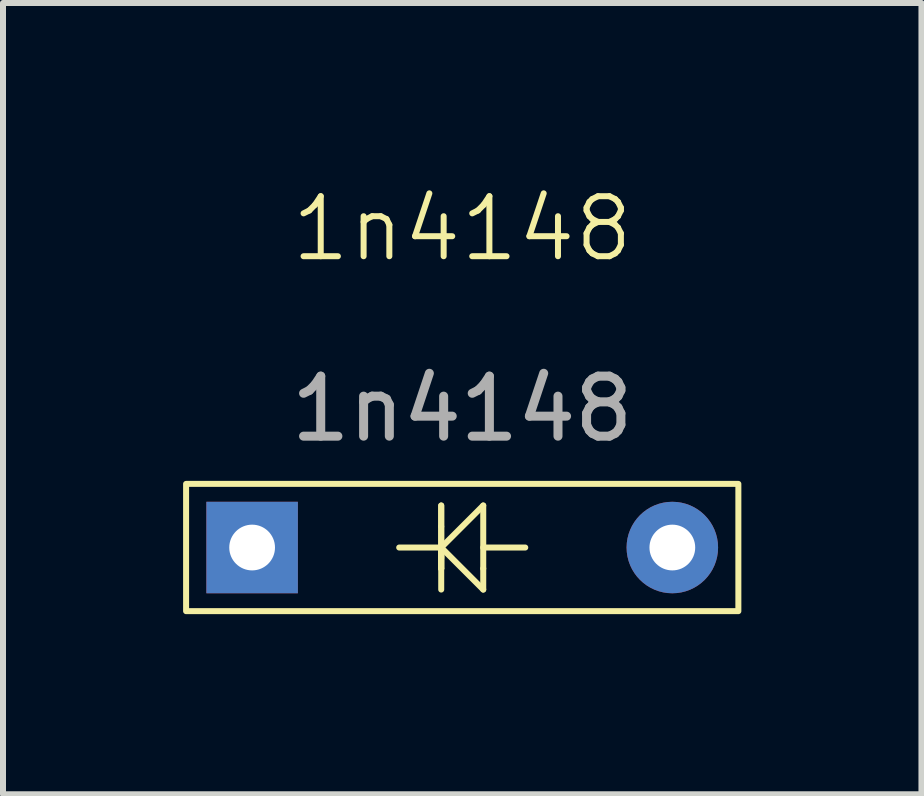
<source format=kicad_pcb>
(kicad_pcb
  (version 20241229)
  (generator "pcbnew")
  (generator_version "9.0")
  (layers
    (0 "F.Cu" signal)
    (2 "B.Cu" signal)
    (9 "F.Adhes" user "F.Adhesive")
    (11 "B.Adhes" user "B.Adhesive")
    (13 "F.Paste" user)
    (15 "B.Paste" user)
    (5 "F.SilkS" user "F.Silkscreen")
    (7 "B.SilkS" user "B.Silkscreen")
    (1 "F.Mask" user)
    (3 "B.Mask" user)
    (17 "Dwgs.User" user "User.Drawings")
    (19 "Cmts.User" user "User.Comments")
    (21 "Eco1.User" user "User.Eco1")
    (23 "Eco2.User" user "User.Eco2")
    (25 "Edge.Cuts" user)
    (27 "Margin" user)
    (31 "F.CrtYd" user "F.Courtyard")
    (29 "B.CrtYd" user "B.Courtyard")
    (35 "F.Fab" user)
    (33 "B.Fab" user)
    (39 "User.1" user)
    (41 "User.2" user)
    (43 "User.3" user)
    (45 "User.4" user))
  (footprint "1n4148"
    (layer "F.Cu")
    (at 4.65 6.071)
    (property "Reference" "1n4148" (at 0 -5.31 0) (unlocked yes) (layer "F.SilkS") (effects (font (size 1 1) (thickness 0.1))))
    (attr through_hole)
    (fp_line (start -0.35 -0.7) (end -0.35 0.35) (stroke (width 0.1) (type default)) (layer "F.SilkS"))
    (fp_line (start -0.35 -0.35) (end -0.35 -0.7) (stroke (width 0.1) (type default)) (layer "F.SilkS"))
    (fp_line (start -0.35 -0.35) (end -0.35 0.175) (stroke (width 0.1) (type default)) (layer "F.SilkS"))
    (fp_line (start -0.35 0) (end -1.05 0) (stroke (width 0.1) (type default)) (layer "F.SilkS"))
    (fp_line (start -0.35 0) (end -0.35 0.35) (stroke (width 0.1) (type default)) (layer "F.SilkS"))
    (fp_line (start -0.35 0) (end 0.35 -0.7) (stroke (width 0.1) (type default)) (layer "F.SilkS"))
    (fp_line (start -0.35 0.35) (end -0.35 0) (stroke (width 0.1) (type default)) (layer "F.SilkS"))
    (fp_line (start -0.35 0.7) (end -0.35 0.35) (stroke (width 0.1) (type default)) (layer "F.SilkS"))
    (fp_line (start 0.35 -0.7) (end 0.35 0.35) (stroke (width 0.1) (type default)) (layer "F.SilkS"))
    (fp_line (start 0.35 0) (end 1.05 0) (stroke (width 0.1) (type default)) (layer "F.SilkS"))
    (fp_line (start 0.35 0.35) (end 0.35 0.7) (stroke (width 0.1) (type default)) (layer "F.SilkS"))
    (fp_line (start 0.35 0.7) (end -0.35 0) (stroke (width 0.1) (type default)) (layer "F.SilkS"))
    (fp_rect (start -4.6 -1.06) (end 4.6 1.06) (stroke (width 0.1) (type default)) (fill no) (layer "F.SilkS"))
    (fp_text user "${REFERENCE}" (at 0 -2.31 0) (unlocked yes) (layer "F.Fab") (effects (font (size 1 1) (thickness 0.15))))
    (pad "3" thru_hole rect (at -3.5 0) (size 1.524 1.524) (drill 0.762) (layers "*.Cu" "*.Mask"))
    (pad "4" thru_hole circle (at 3.5 0) (size 1.524 1.524) (drill 0.762) (layers "*.Cu" "*.Mask")))
  (gr_rect
    (start -3 -3)
    (end 12.3 10.181)
    (stroke (width 0.1) (type default))
    (fill no)
    (layer "Edge.Cuts")))
</source>
